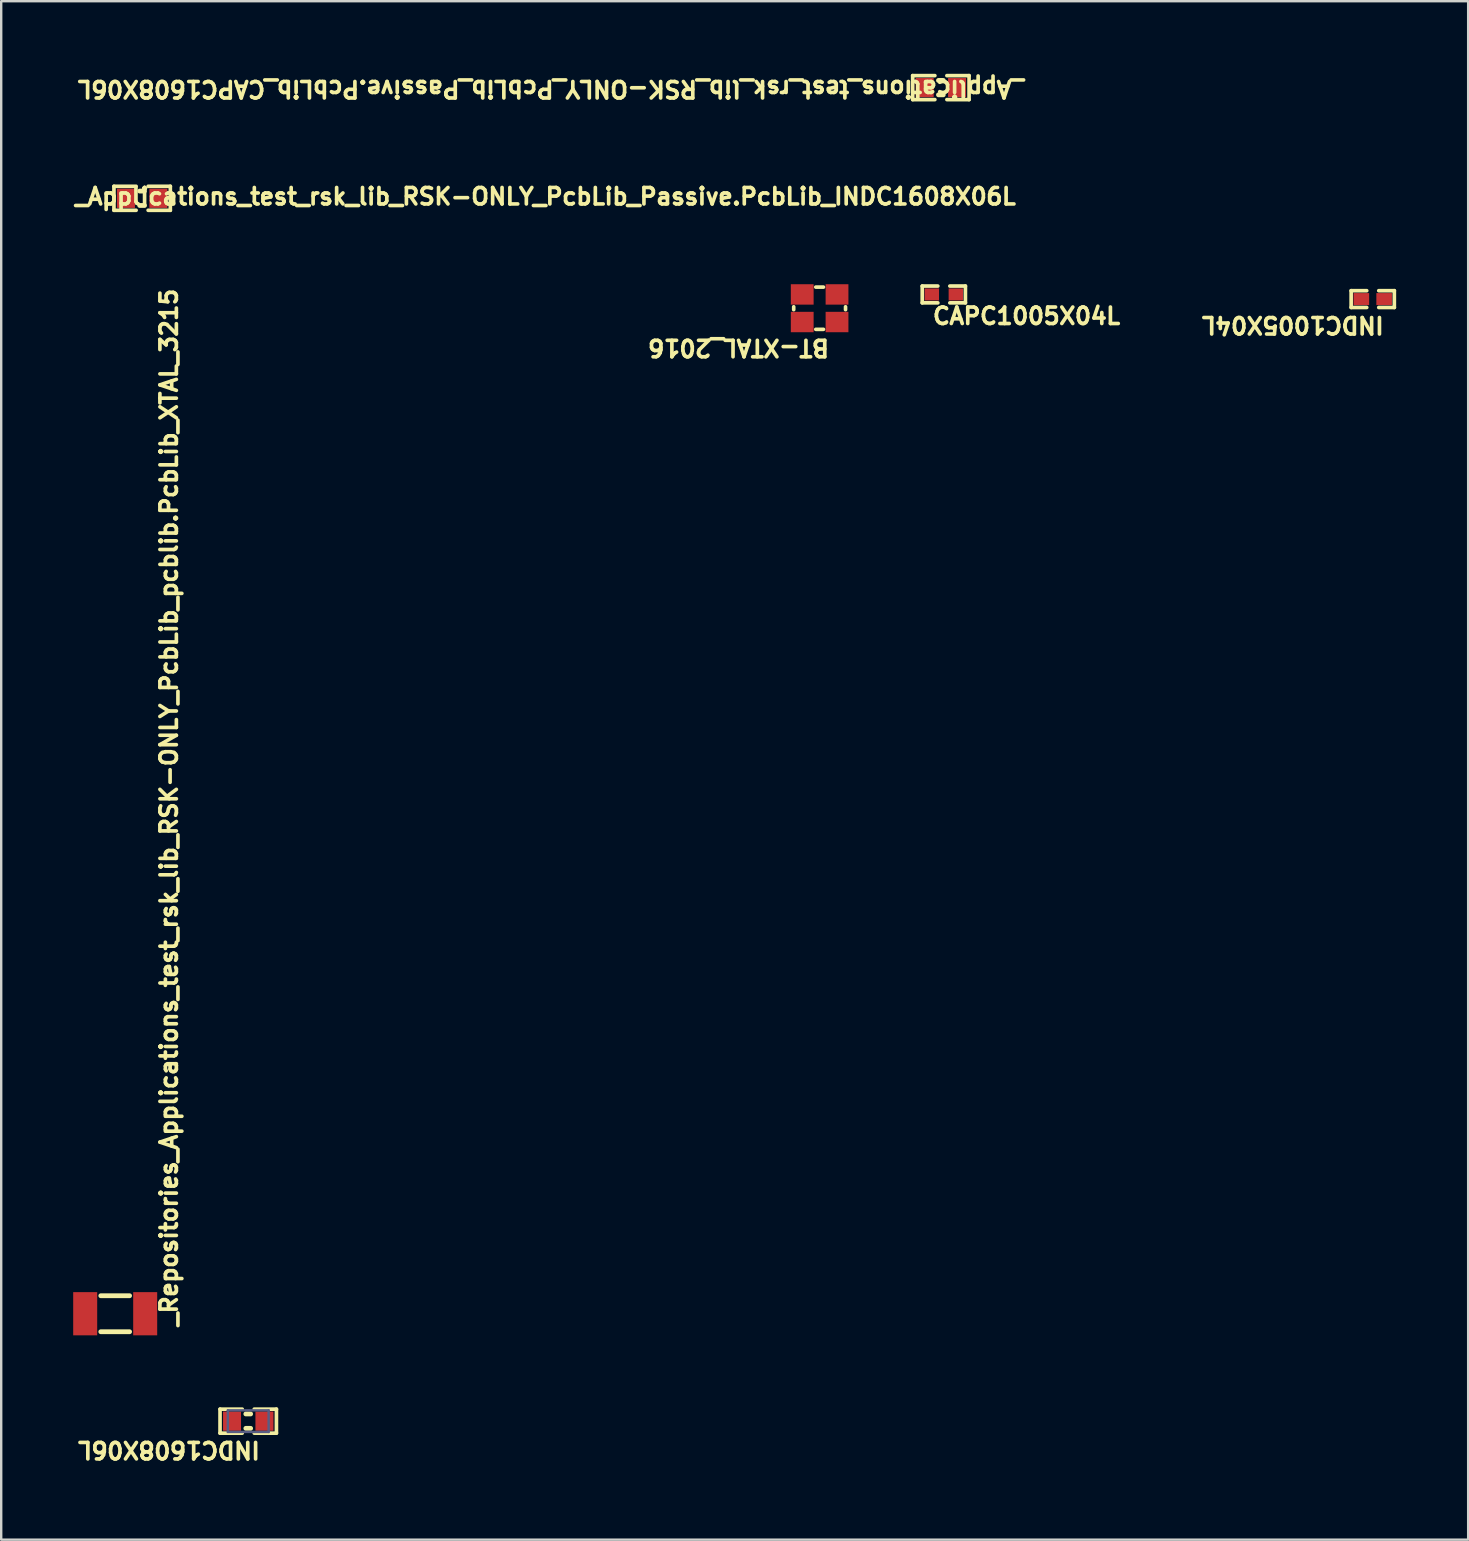
<source format=kicad_pcb>
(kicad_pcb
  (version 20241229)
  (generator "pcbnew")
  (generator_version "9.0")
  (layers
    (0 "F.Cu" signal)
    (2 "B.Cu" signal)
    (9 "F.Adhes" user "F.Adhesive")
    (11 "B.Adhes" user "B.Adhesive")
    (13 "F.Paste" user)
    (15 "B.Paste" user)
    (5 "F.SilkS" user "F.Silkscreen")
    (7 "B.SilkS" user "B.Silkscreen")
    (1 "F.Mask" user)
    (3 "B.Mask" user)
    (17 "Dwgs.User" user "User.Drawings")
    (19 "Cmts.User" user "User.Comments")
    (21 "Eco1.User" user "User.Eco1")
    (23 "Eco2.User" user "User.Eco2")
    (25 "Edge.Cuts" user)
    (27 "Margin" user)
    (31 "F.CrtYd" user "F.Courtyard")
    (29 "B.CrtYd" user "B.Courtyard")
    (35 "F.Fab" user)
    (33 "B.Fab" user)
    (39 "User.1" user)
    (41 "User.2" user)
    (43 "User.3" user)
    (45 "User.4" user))
  (footprint "_Repositories_Applications_test_rsk_lib_RSK-ONLY_PcbLib_pcblib.PcbLib_XTAL_3215"
    (layer "F.Cu")
    (at 1.75 51.694)
    (property "Reference" "_Repositories_Applications_test_rsk_lib_RSK-ONLY_PcbLib_pcblib.PcbLib_XTAL_3215" (at 2.641 0.593 90) (unlocked yes) (layer "F.SilkS") (effects (font (size 0.686 0.686) (thickness 0.152)) (justify left bottom)))
    (fp_line (start -0.6 -0.75) (end 0.6 -0.75) (stroke (width 0.2) (type solid)) (layer "F.SilkS"))
    (fp_line (start -0.6 0.75) (end 0.6 0.75) (stroke (width 0.2) (type solid)) (layer "F.SilkS"))
    (fp_line (start -1.6 0.55) (end -1.6 -0.55) (stroke (width 0.1) (type solid)) (layer "Eco1.User"))
    (fp_line (start -1.4 -0.75) (end 1.4 -0.75) (stroke (width 0.1) (type solid)) (layer "Eco1.User"))
    (fp_line (start -1.4 0.75) (end 1.4 0.75) (stroke (width 0.1) (type solid)) (layer "Eco1.User"))
    (fp_line (start 1.6 0.55) (end 1.6 -0.55) (stroke (width 0.1) (type solid)) (layer "Eco1.User"))
    (fp_arc (start -1.599997 0.55) (mid -1.458578 0.60858) (end -1.4 0.75) (stroke (width 0.1) (type solid)) (layer "Eco1.User"))
    (fp_arc (start -1.4 -0.749997) (mid -1.45858 -0.608578) (end -1.6 -0.55) (stroke (width 0.1) (type solid)) (layer "Eco1.User"))
    (fp_arc (start 1.4 0.750007) (mid 1.45858 0.608588) (end 1.6 0.55001) (stroke (width 0.1) (type solid)) (layer "Eco1.User"))
    (fp_arc (start 1.599997 -0.55) (mid 1.458577 -0.608581) (end 1.4 -0.750003) (stroke (width 0.1) (type solid)) (layer "Eco1.User"))
    (fp_line (start -1.6 -0.75) (end 1.6 -0.75) (stroke (width 0.1) (type solid)) (layer "User.7"))
    (fp_line (start -1.6 0.75) (end -1.6 -0.75) (stroke (width 0.1) (type solid)) (layer "User.7"))
    (fp_line (start -1.6 0.75) (end 1.6 0.75) (stroke (width 0.1) (type solid)) (layer "User.7"))
    (fp_line (start 1.6 0.75) (end 1.6 -0.75) (stroke (width 0.1) (type solid)) (layer "User.7"))
    (fp_text user "${REFERENCE}" (at -0.28 0.187 0) (unlocked yes) (layer "User.7") (effects (font (size 0.305 0.305) (thickness 0.051)) (justify left top)))
    (pad "1" smd rect (at -1.25 0) (size 1 1.8) (layers "F.Cu" "F.Mask" "F.Paste"))
    (pad "2" smd rect (at 1.25 0) (size 1 1.8) (layers "F.Cu" "F.Mask" "F.Paste")))
  (footprint "_Applications_test_rsk_lib_RSK-ONLY_PcbLib_Passive.PcbLib_INDC1608X06L"
    (layer "F.Cu")
    (at 2.873 5.213)
    (property "Reference" "_Applications_test_rsk_lib_RSK-ONLY_PcbLib_Passive.PcbLib_INDC1608X06L" (at -2.873 0.327 0) (unlocked yes) (layer "F.SilkS") (effects (font (size 0.686 0.686) (thickness 0.152)) (justify left bottom)))
    (fp_line (start -1.175 -0.5) (end -1.175 0.5) (stroke (width 0.152) (type solid)) (layer "F.SilkS"))
    (fp_line (start -1.175 -0.5) (end -0.25 -0.5) (stroke (width 0.152) (type solid)) (layer "F.SilkS"))
    (fp_line (start -1.175 0.5) (end -0.25 0.5) (stroke (width 0.152) (type solid)) (layer "F.SilkS"))
    (fp_line (start -0.1 -0.3) (end 0.1 -0.3) (stroke (width 0.2) (type solid)) (layer "F.SilkS"))
    (fp_line (start -0.1 0.3) (end 0.1 0.3) (stroke (width 0.2) (type solid)) (layer "F.SilkS"))
    (fp_line (start 0.25 -0.5) (end 1.175 -0.5) (stroke (width 0.152) (type solid)) (layer "F.SilkS"))
    (fp_line (start 0.25 0.5) (end 1.175 0.5) (stroke (width 0.152) (type solid)) (layer "F.SilkS"))
    (fp_line (start 1.175 -0.5) (end 1.175 0.5) (stroke (width 0.152) (type solid)) (layer "F.SilkS"))
    (fp_line (start -1.175 -0.5) (end -1.175 0.5) (stroke (width 0.1) (type solid)) (layer "Eco1.User"))
    (fp_line (start -1.175 -0.5) (end 1.175 -0.5) (stroke (width 0.1) (type solid)) (layer "Eco1.User"))
    (fp_line (start -1.175 0.5) (end 1.175 0.5) (stroke (width 0.1) (type solid)) (layer "Eco1.User"))
    (fp_line (start -0.45 0) (end 0.45 0) (stroke (width 0.1) (type solid)) (layer "Eco1.User"))
    (fp_line (start 0 -0.45) (end 0 0.45) (stroke (width 0.1) (type solid)) (layer "Eco1.User"))
    (fp_line (start 1.175 -0.5) (end 1.175 0.5) (stroke (width 0.1) (type solid)) (layer "Eco1.User"))
    (fp_line (start -0.85 -0.45) (end -0.85 0.45) (stroke (width 0.1) (type solid)) (layer "User.7"))
    (fp_line (start -0.85 -0.45) (end 0.85 -0.45) (stroke (width 0.1) (type solid)) (layer "User.7"))
    (fp_line (start -0.85 0.45) (end 0.85 0.45) (stroke (width 0.1) (type solid)) (layer "User.7"))
    (fp_line (start 0.85 -0.45) (end 0.85 0.45) (stroke (width 0.1) (type solid)) (layer "User.7"))
    (fp_text user "${REFERENCE}" (at -0.232 0.124 0) (unlocked yes) (layer "User.7") (effects (font (size 0.305 0.305) (thickness 0.051)) (justify left top)))
    (pad "1" smd rect (at -0.675 0 90) (size 0.8 0.75) (layers "F.Cu" "F.Mask" "F.Paste"))
    (pad "2" smd rect (at 0.675 0 90) (size 0.8 0.75) (layers "F.Cu" "F.Mask" "F.Paste")))
  (footprint "CAPC1005X04L"
    (layer "F.Cu")
    (at 36.28 9.22)
    (property "Reference" "CAPC1005X04L" (at -0.541 1.302 0) (unlocked yes) (layer "F.SilkS") (effects (font (size 0.686 0.686) (thickness 0.152)) (justify left bottom)))
    (fp_line (start -0.9 -0.35) (end -0.25 -0.35) (stroke (width 0.152) (type solid)) (layer "F.SilkS"))
    (fp_line (start -0.9 0.35) (end -0.9 -0.35) (stroke (width 0.152) (type solid)) (layer "F.SilkS"))
    (fp_line (start -0.9 0.35) (end -0.25 0.35) (stroke (width 0.152) (type solid)) (layer "F.SilkS"))
    (fp_line (start 0.25 -0.35) (end 0.9 -0.35) (stroke (width 0.152) (type solid)) (layer "F.SilkS"))
    (fp_line (start 0.25 0.35) (end 0.9 0.35) (stroke (width 0.152) (type solid)) (layer "F.SilkS"))
    (fp_line (start 0.9 0.35) (end 0.9 -0.35) (stroke (width 0.152) (type solid)) (layer "F.SilkS"))
    (fp_line (start -0.9 -0.35) (end 0.9 -0.35) (stroke (width 0.1) (type solid)) (layer "Eco1.User"))
    (fp_line (start -0.9 0.35) (end -0.9 -0.35) (stroke (width 0.1) (type solid)) (layer "Eco1.User"))
    (fp_line (start -0.9 0.35) (end 0.9 0.35) (stroke (width 0.1) (type solid)) (layer "Eco1.User"))
    (fp_line (start -0.275 0) (end 0.275 0) (stroke (width 0.1) (type solid)) (layer "Eco1.User"))
    (fp_line (start 0 0.275) (end 0 -0.275) (stroke (width 0.1) (type solid)) (layer "Eco1.User"))
    (fp_line (start 0.9 0.35) (end 0.9 -0.35) (stroke (width 0.1) (type solid)) (layer "Eco1.User"))
    (fp_line (start -0.525 -0.275) (end 0.525 -0.275) (stroke (width 0.1) (type solid)) (layer "User.7"))
    (fp_line (start -0.525 0.275) (end -0.525 -0.275) (stroke (width 0.1) (type solid)) (layer "User.7"))
    (fp_line (start -0.525 0.275) (end 0.525 0.275) (stroke (width 0.1) (type solid)) (layer "User.7"))
    (fp_line (start 0.525 0.275) (end 0.525 -0.275) (stroke (width 0.1) (type solid)) (layer "User.7"))
    (fp_text user "${REFERENCE}" (at -0.261 0.159 0) (unlocked yes) (layer "User.7") (effects (font (size 0.305 0.305) (thickness 0.051)) (justify left top)))
    (pad "1" smd rect (at -0.5 0 90) (size 0.5 0.6) (layers "F.Cu" "F.Mask" "F.Paste"))
    (pad "2" smd rect (at 0.5 0 90) (size 0.5 0.6) (layers "F.Cu" "F.Mask" "F.Paste")))
  (footprint "_Applications_test_rsk_lib_RSK-ONLY_PcbLib_Passive.PcbLib_CAPC1608X06L"
    (layer "F.Cu")
    (at 36.157 0.601)
    (property "Reference" "_Applications_test_rsk_lib_RSK-ONLY_PcbLib_Passive.PcbLib_CAPC1608X06L" (at 3.547 -0.347 180) (unlocked yes) (layer "F.SilkS") (effects (font (size 0.686 0.686) (thickness 0.152)) (justify left bottom)))
    (fp_line (start -1.175 -0.5) (end -1.175 0.5) (stroke (width 0.152) (type solid)) (layer "F.SilkS"))
    (fp_line (start -0.25 -0.5) (end -1.175 -0.5) (stroke (width 0.152) (type solid)) (layer "F.SilkS"))
    (fp_line (start -0.25 0.5) (end -1.175 0.5) (stroke (width 0.152) (type solid)) (layer "F.SilkS"))
    (fp_line (start 0.1 -0.3) (end -0.1 -0.3) (stroke (width 0.2) (type solid)) (layer "F.SilkS"))
    (fp_line (start 0.1 0.3) (end -0.1 0.3) (stroke (width 0.2) (type solid)) (layer "F.SilkS"))
    (fp_line (start 1.175 -0.5) (end 0.25 -0.5) (stroke (width 0.152) (type solid)) (layer "F.SilkS"))
    (fp_line (start 1.175 -0.5) (end 1.175 0.5) (stroke (width 0.152) (type solid)) (layer "F.SilkS"))
    (fp_line (start 1.175 0.5) (end 0.25 0.5) (stroke (width 0.152) (type solid)) (layer "F.SilkS"))
    (fp_line (start -1.175 -0.5) (end -1.175 0.5) (stroke (width 0.1) (type solid)) (layer "Eco1.User"))
    (fp_line (start 0 -0.45) (end 0 0.45) (stroke (width 0.1) (type solid)) (layer "Eco1.User"))
    (fp_line (start 0.45 0) (end -0.45 0) (stroke (width 0.1) (type solid)) (layer "Eco1.User"))
    (fp_line (start 1.175 -0.5) (end -1.175 -0.5) (stroke (width 0.1) (type solid)) (layer "Eco1.User"))
    (fp_line (start 1.175 -0.5) (end 1.175 0.5) (stroke (width 0.1) (type solid)) (layer "Eco1.User"))
    (fp_line (start 1.175 0.5) (end -1.175 0.5) (stroke (width 0.1) (type solid)) (layer "Eco1.User"))
    (fp_line (start -0.85 -0.45) (end -0.85 0.45) (stroke (width 0.1) (type solid)) (layer "User.7"))
    (fp_line (start 0.85 -0.45) (end -0.85 -0.45) (stroke (width 0.1) (type solid)) (layer "User.7"))
    (fp_line (start 0.85 -0.45) (end 0.85 0.45) (stroke (width 0.1) (type solid)) (layer "User.7"))
    (fp_line (start 0.85 0.45) (end -0.85 0.45) (stroke (width 0.1) (type solid)) (layer "User.7"))
    (fp_text user "${REFERENCE}" (at 0.423 -0.144 180) (unlocked yes) (layer "User.7") (effects (font (size 0.305 0.305) (thickness 0.051)) (justify left top)))
    (pad "1" smd rect (at -0.675 0 90) (size 0.8 0.75) (layers "F.Cu" "F.Mask" "F.Paste"))
    (pad "2" smd rect (at 0.675 0 90) (size 0.8 0.75) (layers "F.Cu" "F.Mask" "F.Paste")))
  (footprint "INDC1005X04L"
    (layer "F.Cu")
    (at 54.153 9.413)
    (property "Reference" "INDC1005X04L" (at 0.543 0.677 180) (unlocked yes) (layer "F.SilkS") (effects (font (size 0.686 0.686) (thickness 0.152)) (justify left bottom)))
    (fp_line (start -0.9 -0.35) (end -0.9 0.35) (stroke (width 0.152) (type solid)) (layer "F.SilkS"))
    (fp_line (start -0.25 -0.35) (end -0.9 -0.35) (stroke (width 0.152) (type solid)) (layer "F.SilkS"))
    (fp_line (start -0.25 0.35) (end -0.9 0.35) (stroke (width 0.152) (type solid)) (layer "F.SilkS"))
    (fp_line (start 0.9 -0.35) (end 0.25 -0.35) (stroke (width 0.152) (type solid)) (layer "F.SilkS"))
    (fp_line (start 0.9 -0.35) (end 0.9 0.35) (stroke (width 0.152) (type solid)) (layer "F.SilkS"))
    (fp_line (start 0.9 0.35) (end 0.25 0.35) (stroke (width 0.152) (type solid)) (layer "F.SilkS"))
    (fp_line (start -0.9 -0.35) (end -0.9 0.35) (stroke (width 0.1) (type solid)) (layer "Eco1.User"))
    (fp_line (start 0 -0.275) (end 0 0.275) (stroke (width 0.1) (type solid)) (layer "Eco1.User"))
    (fp_line (start 0.275 0) (end -0.275 0) (stroke (width 0.1) (type solid)) (layer "Eco1.User"))
    (fp_line (start 0.9 -0.35) (end -0.9 -0.35) (stroke (width 0.1) (type solid)) (layer "Eco1.User"))
    (fp_line (start 0.9 -0.35) (end 0.9 0.35) (stroke (width 0.1) (type solid)) (layer "Eco1.User"))
    (fp_line (start 0.9 0.35) (end -0.9 0.35) (stroke (width 0.1) (type solid)) (layer "Eco1.User"))
    (fp_line (start -0.525 -0.275) (end -0.525 0.275) (stroke (width 0.1) (type solid)) (layer "User.7"))
    (fp_line (start 0.525 -0.275) (end -0.525 -0.275) (stroke (width 0.1) (type solid)) (layer "User.7"))
    (fp_line (start 0.525 -0.275) (end 0.525 0.275) (stroke (width 0.1) (type solid)) (layer "User.7"))
    (fp_line (start 0.525 0.275) (end -0.525 0.275) (stroke (width 0.1) (type solid)) (layer "User.7"))
    (fp_text user "${REFERENCE}" (at 0.264 -0.161 180) (unlocked yes) (layer "User.7") (effects (font (size 0.305 0.305) (thickness 0.051)) (justify left top)))
    (pad "1" smd rect (at -0.475 0 90) (size 0.5 0.65) (layers "F.Cu" "F.Mask" "F.Paste"))
    (pad "2" smd rect (at 0.475 0 90) (size 0.5 0.65) (layers "F.Cu" "F.Mask" "F.Paste")))
  (footprint "BT-XTAL_2016"
    (layer "F.Cu")
    (at 31.104 9.794)
    (property "Reference" "BT-XTAL_2016" (at 0.477 1.245 180) (unlocked yes) (layer "F.SilkS") (effects (font (size 0.686 0.686) (thickness 0.152)) (justify left bottom)))
    (fp_line (start -1.08 -0.06) (end -1.08 0.06) (stroke (width 0.152) (type solid)) (layer "F.SilkS"))
    (fp_line (start 0.16 -0.88) (end -0.16 -0.88) (stroke (width 0.152) (type solid)) (layer "F.SilkS"))
    (fp_line (start 0.16 0.88) (end -0.16 0.88) (stroke (width 0.152) (type solid)) (layer "F.SilkS"))
    (fp_line (start 1.08 -0.06) (end 1.08 0.06) (stroke (width 0.152) (type solid)) (layer "F.SilkS"))
    (fp_line (start -1.05 -0.85) (end -1.05 0.85) (stroke (width 0.1) (type solid)) (layer "User.7"))
    (fp_line (start 1.05 -0.85) (end -1.05 -0.85) (stroke (width 0.1) (type solid)) (layer "User.7"))
    (fp_line (start 1.05 -0.85) (end 1.05 0.85) (stroke (width 0.1) (type solid)) (layer "User.7"))
    (fp_line (start 1.05 0.85) (end -1.05 0.85) (stroke (width 0.1) (type solid)) (layer "User.7"))
    (fp_text user "${REFERENCE}" (at 0.248 -0.177 180) (unlocked yes) (layer "User.7") (effects (font (size 0.305 0.305) (thickness 0.051)) (justify left top)))
    (pad "1" smd rect (at -0.725 0.575) (size 0.95 0.85) (layers "F.Cu" "F.Mask" "F.Paste"))
    (pad "2" smd rect (at 0.725 0.575) (size 0.95 0.85) (layers "F.Cu" "F.Mask" "F.Paste"))
    (pad "3" smd rect (at 0.725 -0.575) (size 0.95 0.85) (layers "F.Cu" "F.Mask" "F.Paste"))
    (pad "4" smd rect (at -0.725 -0.575) (size 0.95 0.85) (layers "F.Cu" "F.Mask" "F.Paste")))
  (footprint "INDC1608X06L"
    (layer "F.Cu")
    (at 7.294 56.17)
    (property "Reference" "INDC1608X06L" (at 0.57 0.795 180) (unlocked yes) (layer "F.SilkS") (effects (font (size 0.686 0.686) (thickness 0.152)) (justify left bottom)))
    (fp_line (start -1.175 0.5) (end -1.175 -0.5) (stroke (width 0.152) (type solid)) (layer "F.SilkS"))
    (fp_line (start -0.25 -0.5) (end -1.175 -0.5) (stroke (width 0.152) (type solid)) (layer "F.SilkS"))
    (fp_line (start -0.25 0.5) (end -1.175 0.5) (stroke (width 0.152) (type solid)) (layer "F.SilkS"))
    (fp_line (start 0.1 -0.3) (end -0.1 -0.3) (stroke (width 0.2) (type solid)) (layer "F.SilkS"))
    (fp_line (start 0.1 0.3) (end -0.1 0.3) (stroke (width 0.2) (type solid)) (layer "F.SilkS"))
    (fp_line (start 1.175 -0.5) (end 0.25 -0.5) (stroke (width 0.152) (type solid)) (layer "F.SilkS"))
    (fp_line (start 1.175 0.5) (end 0.25 0.5) (stroke (width 0.152) (type solid)) (layer "F.SilkS"))
    (fp_line (start 1.175 0.5) (end 1.175 -0.5) (stroke (width 0.152) (type solid)) (layer "F.SilkS"))
    (fp_line (start -1.175 0.5) (end -1.175 -0.5) (stroke (width 0.1) (type solid)) (layer "Eco1.User"))
    (fp_line (start 0 0.45) (end 0 -0.45) (stroke (width 0.1) (type solid)) (layer "Eco1.User"))
    (fp_line (start 0.45 0) (end -0.45 0) (stroke (width 0.1) (type solid)) (layer "Eco1.User"))
    (fp_line (start 1.175 -0.5) (end -1.175 -0.5) (stroke (width 0.1) (type solid)) (layer "Eco1.User"))
    (fp_line (start 1.175 0.5) (end -1.175 0.5) (stroke (width 0.1) (type solid)) (layer "Eco1.User"))
    (fp_line (start 1.175 0.5) (end 1.175 -0.5) (stroke (width 0.1) (type solid)) (layer "Eco1.User"))
    (fp_line (start -0.85 0.45) (end -0.85 -0.45) (stroke (width 0.1) (type solid)) (layer "B.Fab"))
    (fp_line (start 0.85 -0.45) (end -0.85 -0.45) (stroke (width 0.1) (type solid)) (layer "B.Fab"))
    (fp_line (start 0.85 0.45) (end -0.85 0.45) (stroke (width 0.1) (type solid)) (layer "B.Fab"))
    (fp_line (start 0.85 0.45) (end 0.85 -0.45) (stroke (width 0.1) (type solid)) (layer "B.Fab"))
    (pad "1" smd rect (at -0.675 0 90) (size 0.8 0.75) (layers "F.Cu" "F.Mask" "F.Paste"))
    (pad "2" smd rect (at 0.675 0 90) (size 0.8 0.75) (layers "F.Cu" "F.Mask" "F.Paste")))
  (gr_rect
    (start -3 -3)
    (end 58.129 61.108)
    (stroke (width 0.1) (type default))
    (fill no)
    (layer "Edge.Cuts")))
</source>
